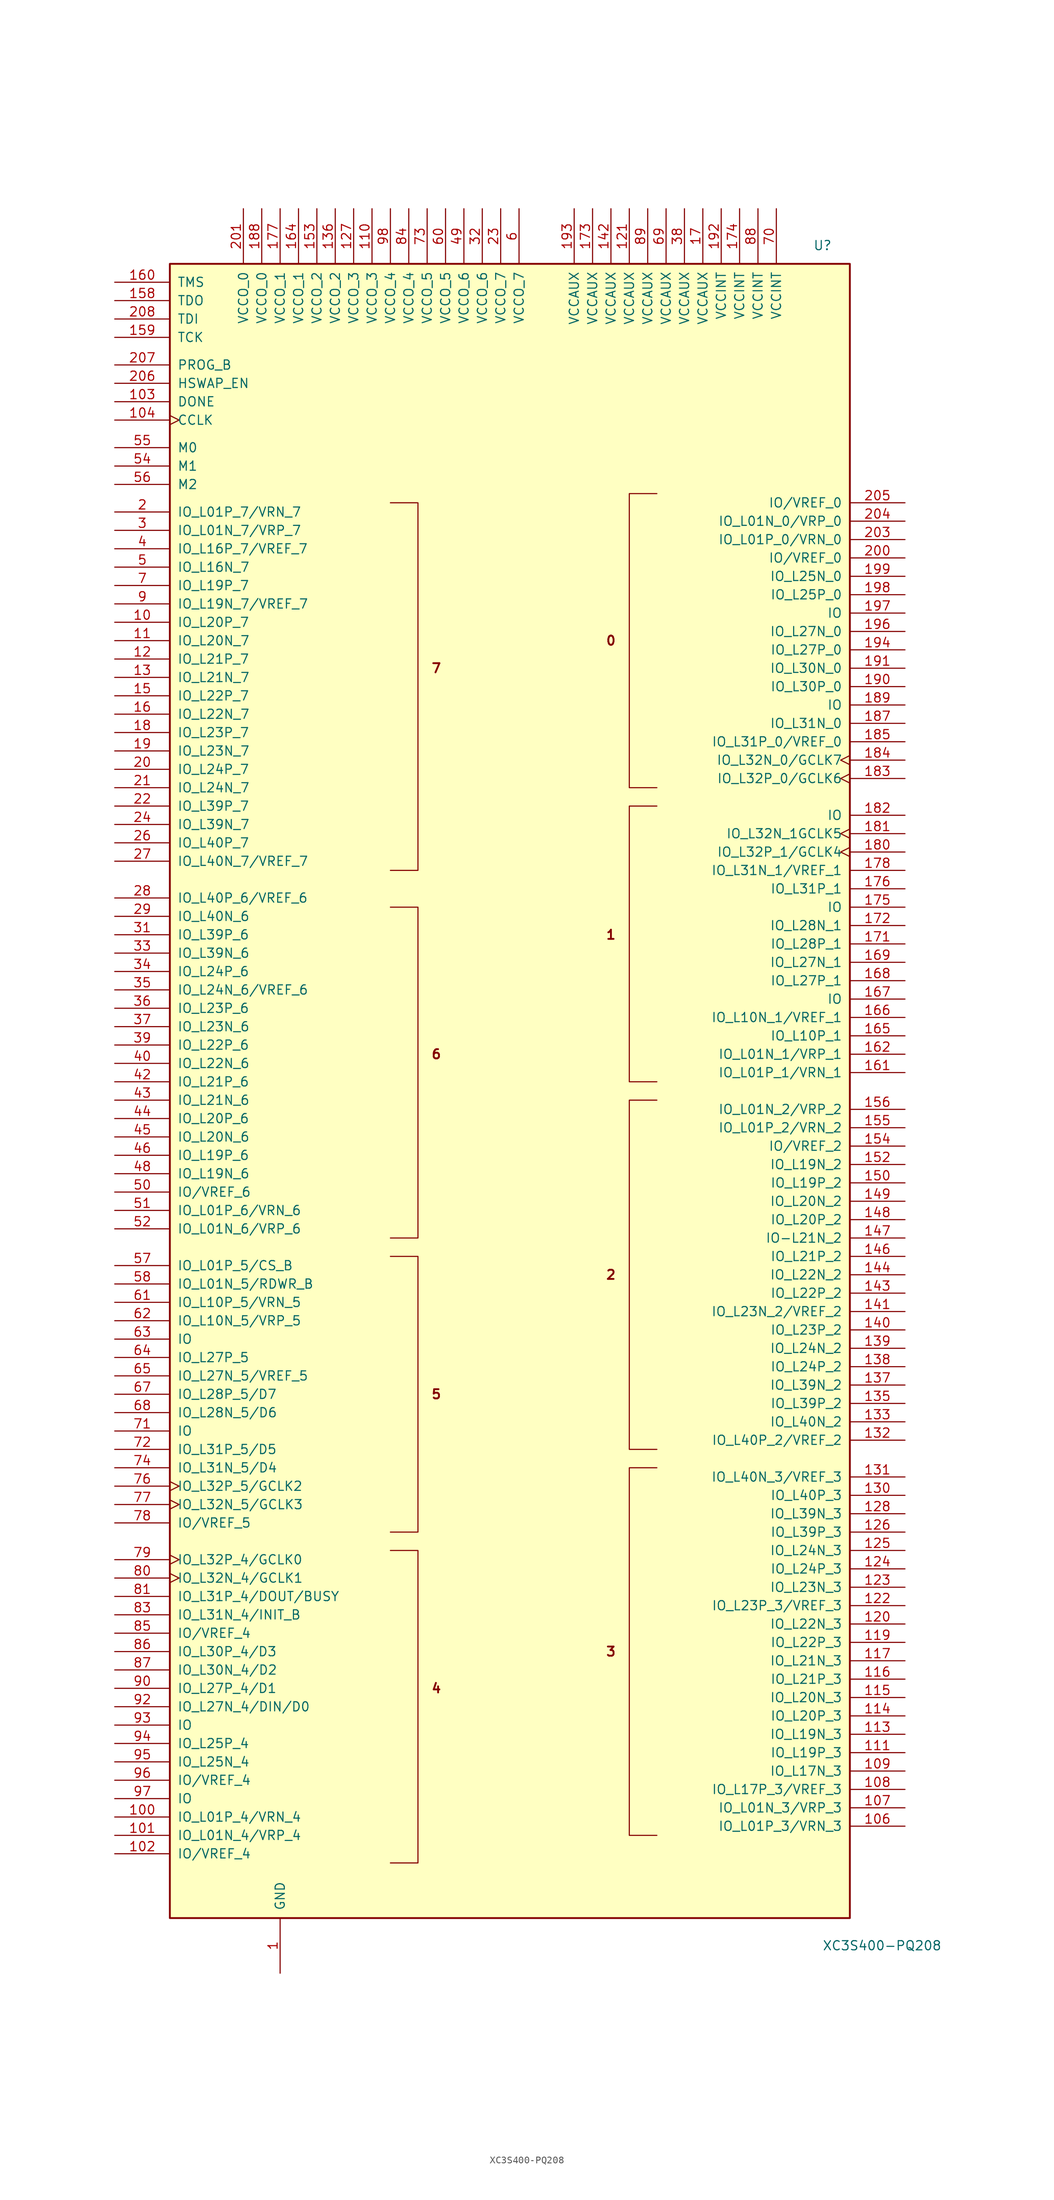
<source format=kicad_sym>
(kicad_symbol_lib
  (version 20220914)
  (generator kicad_symbol_editor)
  (symbol "XC3S400-PQ208"
    (pin_names
      (offset 1.016))
    (property "Reference" "U"
      (at 41.91 116.84 0)
      (effects (font (size 1.27 1.27)) (justify left)))
    (property "Value" "XC3S400-PQ208"
      (at 43.18 -118.11 0)
      (effects (font (size 1.27 1.27)) (justify left)))
    (symbol "XC3S400-PQ208_0_0"
      (text "0" (at 13.97 62.23 0) (effects (font (size 1.27 1.27) bold)))
      (text "1" (at 13.97 21.59 0) (effects (font (size 1.27 1.27) bold)))
      (text "2" (at 13.97 -25.4 0) (effects (font (size 1.27 1.27) bold)))
      (text "3" (at 13.97 -77.47 0) (effects (font (size 1.27 1.27) bold)))
      (text "4" (at -10.16 -82.55 0) (effects (font (size 1.27 1.27) bold)))
      (text "5" (at -10.16 -41.91 0) (effects (font (size 1.27 1.27) bold)))
      (text "6" (at -10.16 5.08 0) (effects (font (size 1.27 1.27) bold)))
      (text "7" (at -10.16 58.42 0) (effects (font (size 1.27 1.27) bold))))
    (symbol "XC3S400-PQ208_0_1"
      (rectangle (start -46.99 114.3) (end 46.99 -114.3) (stroke (width 0.254) (type default)) (fill (type background)))
      (polyline (pts (xy -16.51 -63.5) (xy -12.7 -63.5) (xy -12.7 -106.68) (xy -16.51 -106.68) (xy -15.24 -106.68)) (stroke (width 0) (type default)) (fill (type none)))
      (polyline (pts (xy -16.51 -60.96) (xy -12.7 -60.96) (xy -12.7 -22.86) (xy -16.51 -22.86) (xy -16.51 -22.86)) (stroke (width 0) (type default)) (fill (type none)))
      (polyline (pts (xy -16.51 -20.32) (xy -12.7 -20.32) (xy -12.7 25.4) (xy -16.51 25.4) (xy -16.51 25.4)) (stroke (width 0) (type default)) (fill (type none)))
      (polyline (pts (xy -16.51 30.48) (xy -12.7 30.48) (xy -12.7 81.28) (xy -16.51 81.28) (xy -16.51 81.28)) (stroke (width 0) (type default)) (fill (type none)))
      (polyline (pts (xy 20.32 -52.07) (xy 16.51 -52.07) (xy 16.51 -102.87) (xy 20.32 -102.87) (xy 20.32 -102.87)) (stroke (width 0) (type default)) (fill (type none)))
      (polyline (pts (xy 20.32 -1.27) (xy 16.51 -1.27) (xy 16.51 -49.53) (xy 20.32 -49.53) (xy 20.32 -49.53)) (stroke (width 0) (type default)) (fill (type none)))
      (polyline (pts (xy 20.32 39.37) (xy 16.51 39.37) (xy 16.51 1.27) (xy 20.32 1.27) (xy 20.32 1.27)) (stroke (width 0) (type default)) (fill (type none)))
      (polyline (pts (xy 20.32 82.55) (xy 16.51 82.55) (xy 16.51 41.91) (xy 20.32 41.91) (xy 20.32 41.91)) (stroke (width 0) (type default)) (fill (type none))))
    (symbol "XC3S400-PQ208_1_1"
      (pin power_in line (at -31.75 -121.92 90) (length 7.62) (name "GND" (effects (font (size 1.27 1.27)))) (number "1" (effects (font (size 1.27 1.27)))))
      (pin bidirectional line (at -54.61 64.77 0) (length 7.62) (name "IO_L20P_7" (effects (font (size 1.27 1.27)))) (number "10" (effects (font (size 1.27 1.27)))))
      (pin bidirectional line (at -54.61 -100.33 0) (length 7.62) (name "IO_L01P_4/VRN_4" (effects (font (size 1.27 1.27)))) (number "100" (effects (font (size 1.27 1.27)))))
      (pin bidirectional line (at -54.61 -102.87 0) (length 7.62) (name "IO_L01N_4/VRP_4" (effects (font (size 1.27 1.27)))) (number "101" (effects (font (size 1.27 1.27)))))
      (pin bidirectional line (at -54.61 -105.41 0) (length 7.62) (name "IO/VREF_4" (effects (font (size 1.27 1.27)))) (number "102" (effects (font (size 1.27 1.27)))))
      (pin bidirectional line (at -54.61 95.25 0) (length 7.62) (name "DONE" (effects (font (size 1.27 1.27)))) (number "103" (effects (font (size 1.27 1.27)))))
      (pin bidirectional clock (at -54.61 92.71 0) (length 7.62) (name "CCLK" (effects (font (size 1.27 1.27)))) (number "104" (effects (font (size 1.27 1.27)))))
      (pin passive line (at -31.75 -121.92 90) (length 7.62) hide (name "GND" (effects (font (size 1.27 1.27)))) (number "105" (effects (font (size 1.27 1.27)))))
      (pin bidirectional line (at 54.61 -101.6 180) (length 7.62) (name "IO_L01P_3/VRN_3" (effects (font (size 1.27 1.27)))) (number "106" (effects (font (size 1.27 1.27)))))
      (pin bidirectional line (at 54.61 -99.06 180) (length 7.62) (name "IO_L01N_3/VRP_3" (effects (font (size 1.27 1.27)))) (number "107" (effects (font (size 1.27 1.27)))))
      (pin bidirectional line (at 54.61 -96.52 180) (length 7.62) (name "IO_L17P_3/VREF_3" (effects (font (size 1.27 1.27)))) (number "108" (effects (font (size 1.27 1.27)))))
      (pin bidirectional line (at 54.61 -93.98 180) (length 7.62) (name "IO_L17N_3" (effects (font (size 1.27 1.27)))) (number "109" (effects (font (size 1.27 1.27)))))
      (pin bidirectional line (at -54.61 62.23 0) (length 7.62) (name "IO_L20N_7" (effects (font (size 1.27 1.27)))) (number "11" (effects (font (size 1.27 1.27)))))
      (pin power_in line (at -19.05 121.92 270) (length 7.62) (name "VCCO_3" (effects (font (size 1.27 1.27)))) (number "110" (effects (font (size 1.27 1.27)))))
      (pin bidirectional line (at 54.61 -91.44 180) (length 7.62) (name "IO_L19P_3" (effects (font (size 1.27 1.27)))) (number "111" (effects (font (size 1.27 1.27)))))
      (pin passive line (at -31.75 -121.92 90) (length 7.62) hide (name "GND" (effects (font (size 1.27 1.27)))) (number "112" (effects (font (size 1.27 1.27)))))
      (pin bidirectional line (at 54.61 -88.9 180) (length 7.62) (name "IO_L19N_3" (effects (font (size 1.27 1.27)))) (number "113" (effects (font (size 1.27 1.27)))))
      (pin bidirectional line (at 54.61 -86.36 180) (length 7.62) (name "IO_L20P_3" (effects (font (size 1.27 1.27)))) (number "114" (effects (font (size 1.27 1.27)))))
      (pin bidirectional line (at 54.61 -83.82 180) (length 7.62) (name "IO_L20N_3" (effects (font (size 1.27 1.27)))) (number "115" (effects (font (size 1.27 1.27)))))
      (pin bidirectional line (at 54.61 -81.28 180) (length 7.62) (name "IO_L21P_3" (effects (font (size 1.27 1.27)))) (number "116" (effects (font (size 1.27 1.27)))))
      (pin bidirectional line (at 54.61 -78.74 180) (length 7.62) (name "IO_L21N_3" (effects (font (size 1.27 1.27)))) (number "117" (effects (font (size 1.27 1.27)))))
      (pin passive line (at -31.75 -121.92 90) (length 7.62) hide (name "GND" (effects (font (size 1.27 1.27)))) (number "118" (effects (font (size 1.27 1.27)))))
      (pin bidirectional line (at 54.61 -76.2 180) (length 7.62) (name "IO_L22P_3" (effects (font (size 1.27 1.27)))) (number "119" (effects (font (size 1.27 1.27)))))
      (pin bidirectional line (at -54.61 59.69 0) (length 7.62) (name "IO_L21P_7" (effects (font (size 1.27 1.27)))) (number "12" (effects (font (size 1.27 1.27)))))
      (pin bidirectional line (at 54.61 -73.66 180) (length 7.62) (name "IO_L22N_3" (effects (font (size 1.27 1.27)))) (number "120" (effects (font (size 1.27 1.27)))))
      (pin power_in line (at 16.51 121.92 270) (length 7.62) (name "VCCAUX" (effects (font (size 1.27 1.27)))) (number "121" (effects (font (size 1.27 1.27)))))
      (pin bidirectional line (at 54.61 -71.12 180) (length 7.62) (name "IO_L23P_3/VREF_3" (effects (font (size 1.27 1.27)))) (number "122" (effects (font (size 1.27 1.27)))))
      (pin bidirectional line (at 54.61 -68.58 180) (length 7.62) (name "IO_L23N_3" (effects (font (size 1.27 1.27)))) (number "123" (effects (font (size 1.27 1.27)))))
      (pin bidirectional line (at 54.61 -66.04 180) (length 7.62) (name "IO_L24P_3" (effects (font (size 1.27 1.27)))) (number "124" (effects (font (size 1.27 1.27)))))
      (pin bidirectional line (at 54.61 -63.5 180) (length 7.62) (name "IO_L24N_3" (effects (font (size 1.27 1.27)))) (number "125" (effects (font (size 1.27 1.27)))))
      (pin bidirectional line (at 54.61 -60.96 180) (length 7.62) (name "IO_L39P_3" (effects (font (size 1.27 1.27)))) (number "126" (effects (font (size 1.27 1.27)))))
      (pin power_in line (at -21.59 121.92 270) (length 7.62) (name "VCCO_3" (effects (font (size 1.27 1.27)))) (number "127" (effects (font (size 1.27 1.27)))))
      (pin bidirectional line (at 54.61 -58.42 180) (length 7.62) (name "IO_L39N_3" (effects (font (size 1.27 1.27)))) (number "128" (effects (font (size 1.27 1.27)))))
      (pin passive line (at -31.75 -121.92 90) (length 7.62) hide (name "GND" (effects (font (size 1.27 1.27)))) (number "129" (effects (font (size 1.27 1.27)))))
      (pin bidirectional line (at -54.61 57.15 0) (length 7.62) (name "IO_L21N_7" (effects (font (size 1.27 1.27)))) (number "13" (effects (font (size 1.27 1.27)))))
      (pin bidirectional line (at 54.61 -55.88 180) (length 7.62) (name "IO_L40P_3" (effects (font (size 1.27 1.27)))) (number "130" (effects (font (size 1.27 1.27)))))
      (pin bidirectional line (at 54.61 -53.34 180) (length 7.62) (name "IO_L40N_3/VREF_3" (effects (font (size 1.27 1.27)))) (number "131" (effects (font (size 1.27 1.27)))))
      (pin bidirectional line (at 54.61 -48.26 180) (length 7.62) (name "IO_L40P_2/VREF_2" (effects (font (size 1.27 1.27)))) (number "132" (effects (font (size 1.27 1.27)))))
      (pin bidirectional line (at 54.61 -45.72 180) (length 7.62) (name "IO_L40N_2" (effects (font (size 1.27 1.27)))) (number "133" (effects (font (size 1.27 1.27)))))
      (pin passive line (at -31.75 -121.92 90) (length 7.62) hide (name "GND" (effects (font (size 1.27 1.27)))) (number "134" (effects (font (size 1.27 1.27)))))
      (pin bidirectional line (at 54.61 -43.18 180) (length 7.62) (name "IO_L39P_2" (effects (font (size 1.27 1.27)))) (number "135" (effects (font (size 1.27 1.27)))))
      (pin power_in line (at -24.13 121.92 270) (length 7.62) (name "VCCO_2" (effects (font (size 1.27 1.27)))) (number "136" (effects (font (size 1.27 1.27)))))
      (pin bidirectional line (at 54.61 -40.64 180) (length 7.62) (name "IO_L39N_2" (effects (font (size 1.27 1.27)))) (number "137" (effects (font (size 1.27 1.27)))))
      (pin bidirectional line (at 54.61 -38.1 180) (length 7.62) (name "IO_L24P_2" (effects (font (size 1.27 1.27)))) (number "138" (effects (font (size 1.27 1.27)))))
      (pin bidirectional line (at 54.61 -35.56 180) (length 7.62) (name "IO_L24N_2" (effects (font (size 1.27 1.27)))) (number "139" (effects (font (size 1.27 1.27)))))
      (pin passive line (at -31.75 -121.92 90) (length 7.62) hide (name "GND" (effects (font (size 1.27 1.27)))) (number "14" (effects (font (size 1.27 1.27)))))
      (pin bidirectional line (at 54.61 -33.02 180) (length 7.62) (name "IO_L23P_2" (effects (font (size 1.27 1.27)))) (number "140" (effects (font (size 1.27 1.27)))))
      (pin bidirectional line (at 54.61 -30.48 180) (length 7.62) (name "IO_L23N_2/VREF_2" (effects (font (size 1.27 1.27)))) (number "141" (effects (font (size 1.27 1.27)))))
      (pin power_in line (at 13.97 121.92 270) (length 7.62) (name "VCCAUX" (effects (font (size 1.27 1.27)))) (number "142" (effects (font (size 1.27 1.27)))))
      (pin bidirectional line (at 54.61 -27.94 180) (length 7.62) (name "IO_L22P_2" (effects (font (size 1.27 1.27)))) (number "143" (effects (font (size 1.27 1.27)))))
      (pin bidirectional line (at 54.61 -25.4 180) (length 7.62) (name "IO_L22N_2" (effects (font (size 1.27 1.27)))) (number "144" (effects (font (size 1.27 1.27)))))
      (pin passive line (at -31.75 -121.92 90) (length 7.62) hide (name "GND" (effects (font (size 1.27 1.27)))) (number "145" (effects (font (size 1.27 1.27)))))
      (pin bidirectional line (at 54.61 -22.86 180) (length 7.62) (name "IO_L21P_2" (effects (font (size 1.27 1.27)))) (number "146" (effects (font (size 1.27 1.27)))))
      (pin bidirectional line (at 54.61 -20.32 180) (length 7.62) (name "IO-L21N_2" (effects (font (size 1.27 1.27)))) (number "147" (effects (font (size 1.27 1.27)))))
      (pin bidirectional line (at 54.61 -17.78 180) (length 7.62) (name "IO_L20P_2" (effects (font (size 1.27 1.27)))) (number "148" (effects (font (size 1.27 1.27)))))
      (pin bidirectional line (at 54.61 -15.24 180) (length 7.62) (name "IO_L20N_2" (effects (font (size 1.27 1.27)))) (number "149" (effects (font (size 1.27 1.27)))))
      (pin bidirectional line (at -54.61 54.61 0) (length 7.62) (name "IO_L22P_7" (effects (font (size 1.27 1.27)))) (number "15" (effects (font (size 1.27 1.27)))))
      (pin bidirectional line (at 54.61 -12.7 180) (length 7.62) (name "IO_L19P_2" (effects (font (size 1.27 1.27)))) (number "150" (effects (font (size 1.27 1.27)))))
      (pin passive line (at -31.75 -121.92 90) (length 7.62) hide (name "GND" (effects (font (size 1.27 1.27)))) (number "151" (effects (font (size 1.27 1.27)))))
      (pin bidirectional line (at 54.61 -10.16 180) (length 7.62) (name "IO_L19N_2" (effects (font (size 1.27 1.27)))) (number "152" (effects (font (size 1.27 1.27)))))
      (pin power_in line (at -26.67 121.92 270) (length 7.62) (name "VCCO_2" (effects (font (size 1.27 1.27)))) (number "153" (effects (font (size 1.27 1.27)))))
      (pin bidirectional line (at 54.61 -7.62 180) (length 7.62) (name "IO/VREF_2" (effects (font (size 1.27 1.27)))) (number "154" (effects (font (size 1.27 1.27)))))
      (pin bidirectional line (at 54.61 -5.08 180) (length 7.62) (name "IO_L01P_2/VRN_2" (effects (font (size 1.27 1.27)))) (number "155" (effects (font (size 1.27 1.27)))))
      (pin bidirectional line (at 54.61 -2.54 180) (length 7.62) (name "IO_L01N_2/VRP_2" (effects (font (size 1.27 1.27)))) (number "156" (effects (font (size 1.27 1.27)))))
      (pin passive line (at -31.75 -121.92 90) (length 7.62) hide (name "GND" (effects (font (size 1.27 1.27)))) (number "157" (effects (font (size 1.27 1.27)))))
      (pin bidirectional line (at -54.61 109.22 0) (length 7.62) (name "TDO" (effects (font (size 1.27 1.27)))) (number "158" (effects (font (size 1.27 1.27)))))
      (pin bidirectional line (at -54.61 104.14 0) (length 7.62) (name "TCK" (effects (font (size 1.27 1.27)))) (number "159" (effects (font (size 1.27 1.27)))))
      (pin bidirectional line (at -54.61 52.07 0) (length 7.62) (name "IO_L22N_7" (effects (font (size 1.27 1.27)))) (number "16" (effects (font (size 1.27 1.27)))))
      (pin bidirectional line (at -54.61 111.76 0) (length 7.62) (name "TMS" (effects (font (size 1.27 1.27)))) (number "160" (effects (font (size 1.27 1.27)))))
      (pin bidirectional line (at 54.61 2.54 180) (length 7.62) (name "IO_L01P_1/VRN_1" (effects (font (size 1.27 1.27)))) (number "161" (effects (font (size 1.27 1.27)))))
      (pin bidirectional line (at 54.61 5.08 180) (length 7.62) (name "IO_L01N_1/VRP_1" (effects (font (size 1.27 1.27)))) (number "162" (effects (font (size 1.27 1.27)))))
      (pin passive line (at -31.75 -121.92 90) (length 7.62) hide (name "GND" (effects (font (size 1.27 1.27)))) (number "163" (effects (font (size 1.27 1.27)))))
      (pin power_in line (at -29.21 121.92 270) (length 7.62) (name "VCCO_1" (effects (font (size 1.27 1.27)))) (number "164" (effects (font (size 1.27 1.27)))))
      (pin bidirectional line (at 54.61 7.62 180) (length 7.62) (name "IO_L10P_1" (effects (font (size 1.27 1.27)))) (number "165" (effects (font (size 1.27 1.27)))))
      (pin bidirectional line (at 54.61 10.16 180) (length 7.62) (name "IO_L10N_1/VREF_1" (effects (font (size 1.27 1.27)))) (number "166" (effects (font (size 1.27 1.27)))))
      (pin bidirectional line (at 54.61 12.7 180) (length 7.62) (name "IO" (effects (font (size 1.27 1.27)))) (number "167" (effects (font (size 1.27 1.27)))))
      (pin bidirectional line (at 54.61 15.24 180) (length 7.62) (name "IO_L27P_1" (effects (font (size 1.27 1.27)))) (number "168" (effects (font (size 1.27 1.27)))))
      (pin bidirectional line (at 54.61 17.78 180) (length 7.62) (name "IO_L27N_1" (effects (font (size 1.27 1.27)))) (number "169" (effects (font (size 1.27 1.27)))))
      (pin power_in line (at 26.67 121.92 270) (length 7.62) (name "VCCAUX" (effects (font (size 1.27 1.27)))) (number "17" (effects (font (size 1.27 1.27)))))
      (pin passive line (at -31.75 -121.92 90) (length 7.62) hide (name "GND" (effects (font (size 1.27 1.27)))) (number "170" (effects (font (size 1.27 1.27)))))
      (pin bidirectional line (at 54.61 20.32 180) (length 7.62) (name "IO_L28P_1" (effects (font (size 1.27 1.27)))) (number "171" (effects (font (size 1.27 1.27)))))
      (pin bidirectional line (at 54.61 22.86 180) (length 7.62) (name "IO_L28N_1" (effects (font (size 1.27 1.27)))) (number "172" (effects (font (size 1.27 1.27)))))
      (pin power_in line (at 11.43 121.92 270) (length 7.62) (name "VCCAUX" (effects (font (size 1.27 1.27)))) (number "173" (effects (font (size 1.27 1.27)))))
      (pin power_in line (at 31.75 121.92 270) (length 7.62) (name "VCCINT" (effects (font (size 1.27 1.27)))) (number "174" (effects (font (size 1.27 1.27)))))
      (pin bidirectional line (at 54.61 25.4 180) (length 7.62) (name "IO" (effects (font (size 1.27 1.27)))) (number "175" (effects (font (size 1.27 1.27)))))
      (pin bidirectional line (at 54.61 27.94 180) (length 7.62) (name "IO_L31P_1" (effects (font (size 1.27 1.27)))) (number "176" (effects (font (size 1.27 1.27)))))
      (pin power_in line (at -31.75 121.92 270) (length 7.62) (name "VCCO_1" (effects (font (size 1.27 1.27)))) (number "177" (effects (font (size 1.27 1.27)))))
      (pin bidirectional line (at 54.61 30.48 180) (length 7.62) (name "IO_L31N_1/VREF_1" (effects (font (size 1.27 1.27)))) (number "178" (effects (font (size 1.27 1.27)))))
      (pin passive line (at -31.75 -121.92 90) (length 7.62) hide (name "GND" (effects (font (size 1.27 1.27)))) (number "179" (effects (font (size 1.27 1.27)))))
      (pin bidirectional line (at -54.61 49.53 0) (length 7.62) (name "IO_L23P_7" (effects (font (size 1.27 1.27)))) (number "18" (effects (font (size 1.27 1.27)))))
      (pin bidirectional clock (at 54.61 33.02 180) (length 7.62) (name "IO_L32P_1/GCLK4" (effects (font (size 1.27 1.27)))) (number "180" (effects (font (size 1.27 1.27)))))
      (pin bidirectional clock (at 54.61 35.56 180) (length 7.62) (name "IO_L32N_1GCLK5" (effects (font (size 1.27 1.27)))) (number "181" (effects (font (size 1.27 1.27)))))
      (pin bidirectional line (at 54.61 38.1 180) (length 7.62) (name "IO" (effects (font (size 1.27 1.27)))) (number "182" (effects (font (size 1.27 1.27)))))
      (pin bidirectional clock (at 54.61 43.18 180) (length 7.62) (name "IO_L32P_0/GCLK6" (effects (font (size 1.27 1.27)))) (number "183" (effects (font (size 1.27 1.27)))))
      (pin bidirectional clock (at 54.61 45.72 180) (length 7.62) (name "IO_L32N_0/GCLK7" (effects (font (size 1.27 1.27)))) (number "184" (effects (font (size 1.27 1.27)))))
      (pin bidirectional line (at 54.61 48.26 180) (length 7.62) (name "IO_L31P_0/VREF_0" (effects (font (size 1.27 1.27)))) (number "185" (effects (font (size 1.27 1.27)))))
      (pin passive line (at -31.75 -121.92 90) (length 7.62) hide (name "GND" (effects (font (size 1.27 1.27)))) (number "186" (effects (font (size 1.27 1.27)))))
      (pin bidirectional line (at 54.61 50.8 180) (length 7.62) (name "IO_L31N_0" (effects (font (size 1.27 1.27)))) (number "187" (effects (font (size 1.27 1.27)))))
      (pin power_in line (at -34.29 121.92 270) (length 7.62) (name "VCCO_0" (effects (font (size 1.27 1.27)))) (number "188" (effects (font (size 1.27 1.27)))))
      (pin bidirectional line (at 54.61 53.34 180) (length 7.62) (name "IO" (effects (font (size 1.27 1.27)))) (number "189" (effects (font (size 1.27 1.27)))))
      (pin bidirectional line (at -54.61 46.99 0) (length 7.62) (name "IO_L23N_7" (effects (font (size 1.27 1.27)))) (number "19" (effects (font (size 1.27 1.27)))))
      (pin bidirectional line (at 54.61 55.88 180) (length 7.62) (name "IO_L30P_0" (effects (font (size 1.27 1.27)))) (number "190" (effects (font (size 1.27 1.27)))))
      (pin bidirectional line (at 54.61 58.42 180) (length 7.62) (name "IO_L30N_0" (effects (font (size 1.27 1.27)))) (number "191" (effects (font (size 1.27 1.27)))))
      (pin power_in line (at 29.21 121.92 270) (length 7.62) (name "VCCINT" (effects (font (size 1.27 1.27)))) (number "192" (effects (font (size 1.27 1.27)))))
      (pin power_in line (at 8.89 121.92 270) (length 7.62) (name "VCCAUX" (effects (font (size 1.27 1.27)))) (number "193" (effects (font (size 1.27 1.27)))))
      (pin bidirectional line (at 54.61 60.96 180) (length 7.62) (name "IO_L27P_0" (effects (font (size 1.27 1.27)))) (number "194" (effects (font (size 1.27 1.27)))))
      (pin passive line (at -31.75 -121.92 90) (length 7.62) hide (name "GND" (effects (font (size 1.27 1.27)))) (number "195" (effects (font (size 1.27 1.27)))))
      (pin bidirectional line (at 54.61 63.5 180) (length 7.62) (name "IO_L27N_0" (effects (font (size 1.27 1.27)))) (number "196" (effects (font (size 1.27 1.27)))))
      (pin bidirectional line (at 54.61 66.04 180) (length 7.62) (name "IO" (effects (font (size 1.27 1.27)))) (number "197" (effects (font (size 1.27 1.27)))))
      (pin bidirectional line (at 54.61 68.58 180) (length 7.62) (name "IO_L25P_0" (effects (font (size 1.27 1.27)))) (number "198" (effects (font (size 1.27 1.27)))))
      (pin bidirectional line (at 54.61 71.12 180) (length 7.62) (name "IO_L25N_0" (effects (font (size 1.27 1.27)))) (number "199" (effects (font (size 1.27 1.27)))))
      (pin bidirectional line (at -54.61 80.01 0) (length 7.62) (name "IO_L01P_7/VRN_7" (effects (font (size 1.27 1.27)))) (number "2" (effects (font (size 1.27 1.27)))))
      (pin bidirectional line (at -54.61 44.45 0) (length 7.62) (name "IO_L24P_7" (effects (font (size 1.27 1.27)))) (number "20" (effects (font (size 1.27 1.27)))))
      (pin bidirectional line (at 54.61 73.66 180) (length 7.62) (name "IO/VREF_0" (effects (font (size 1.27 1.27)))) (number "200" (effects (font (size 1.27 1.27)))))
      (pin power_in line (at -36.83 121.92 270) (length 7.62) (name "VCCO_0" (effects (font (size 1.27 1.27)))) (number "201" (effects (font (size 1.27 1.27)))))
      (pin passive line (at -31.75 -121.92 90) (length 7.62) hide (name "GND" (effects (font (size 1.27 1.27)))) (number "202" (effects (font (size 1.27 1.27)))))
      (pin bidirectional line (at 54.61 76.2 180) (length 7.62) (name "IO_L01P_0/VRN_0" (effects (font (size 1.27 1.27)))) (number "203" (effects (font (size 1.27 1.27)))))
      (pin bidirectional line (at 54.61 78.74 180) (length 7.62) (name "IO_L01N_0/VRP_0" (effects (font (size 1.27 1.27)))) (number "204" (effects (font (size 1.27 1.27)))))
      (pin bidirectional line (at 54.61 81.28 180) (length 7.62) (name "IO/VREF_0" (effects (font (size 1.27 1.27)))) (number "205" (effects (font (size 1.27 1.27)))))
      (pin input line (at -54.61 97.79 0) (length 7.62) (name "HSWAP_EN" (effects (font (size 1.27 1.27)))) (number "206" (effects (font (size 1.27 1.27)))))
      (pin input line (at -54.61 100.33 0) (length 7.62) (name "PROG_B" (effects (font (size 1.27 1.27)))) (number "207" (effects (font (size 1.27 1.27)))))
      (pin bidirectional line (at -54.61 106.68 0) (length 7.62) (name "TDI" (effects (font (size 1.27 1.27)))) (number "208" (effects (font (size 1.27 1.27)))))
      (pin bidirectional line (at -54.61 41.91 0) (length 7.62) (name "IO_L24N_7" (effects (font (size 1.27 1.27)))) (number "21" (effects (font (size 1.27 1.27)))))
      (pin bidirectional line (at -54.61 39.37 0) (length 7.62) (name "IO_L39P_7" (effects (font (size 1.27 1.27)))) (number "22" (effects (font (size 1.27 1.27)))))
      (pin power_in line (at -1.27 121.92 270) (length 7.62) (name "VCCO_7" (effects (font (size 1.27 1.27)))) (number "23" (effects (font (size 1.27 1.27)))))
      (pin bidirectional line (at -54.61 36.83 0) (length 7.62) (name "IO_L39N_7" (effects (font (size 1.27 1.27)))) (number "24" (effects (font (size 1.27 1.27)))))
      (pin passive line (at -31.75 -121.92 90) (length 7.62) hide (name "GND" (effects (font (size 1.27 1.27)))) (number "25" (effects (font (size 1.27 1.27)))))
      (pin bidirectional line (at -54.61 34.29 0) (length 7.62) (name "IO_L40P_7" (effects (font (size 1.27 1.27)))) (number "26" (effects (font (size 1.27 1.27)))))
      (pin bidirectional line (at -54.61 31.75 0) (length 7.62) (name "IO_L40N_7/VREF_7" (effects (font (size 1.27 1.27)))) (number "27" (effects (font (size 1.27 1.27)))))
      (pin bidirectional line (at -54.61 26.67 0) (length 7.62) (name "IO_L40P_6/VREF_6" (effects (font (size 1.27 1.27)))) (number "28" (effects (font (size 1.27 1.27)))))
      (pin bidirectional line (at -54.61 24.13 0) (length 7.62) (name "IO_L40N_6" (effects (font (size 1.27 1.27)))) (number "29" (effects (font (size 1.27 1.27)))))
      (pin bidirectional line (at -54.61 77.47 0) (length 7.62) (name "IO_L01N_7/VRP_7" (effects (font (size 1.27 1.27)))) (number "3" (effects (font (size 1.27 1.27)))))
      (pin passive line (at -31.75 -121.92 90) (length 7.62) hide (name "GND" (effects (font (size 1.27 1.27)))) (number "30" (effects (font (size 1.27 1.27)))))
      (pin bidirectional line (at -54.61 21.59 0) (length 7.62) (name "IO_L39P_6" (effects (font (size 1.27 1.27)))) (number "31" (effects (font (size 1.27 1.27)))))
      (pin power_in line (at -3.81 121.92 270) (length 7.62) (name "VCCO_6" (effects (font (size 1.27 1.27)))) (number "32" (effects (font (size 1.27 1.27)))))
      (pin bidirectional line (at -54.61 19.05 0) (length 7.62) (name "IO_L39N_6" (effects (font (size 1.27 1.27)))) (number "33" (effects (font (size 1.27 1.27)))))
      (pin bidirectional line (at -54.61 16.51 0) (length 7.62) (name "IO_L24P_6" (effects (font (size 1.27 1.27)))) (number "34" (effects (font (size 1.27 1.27)))))
      (pin bidirectional line (at -54.61 13.97 0) (length 7.62) (name "IO_L24N_6/VREF_6" (effects (font (size 1.27 1.27)))) (number "35" (effects (font (size 1.27 1.27)))))
      (pin bidirectional line (at -54.61 11.43 0) (length 7.62) (name "IO_L23P_6" (effects (font (size 1.27 1.27)))) (number "36" (effects (font (size 1.27 1.27)))))
      (pin bidirectional line (at -54.61 8.89 0) (length 7.62) (name "IO_L23N_6" (effects (font (size 1.27 1.27)))) (number "37" (effects (font (size 1.27 1.27)))))
      (pin power_in line (at 24.13 121.92 270) (length 7.62) (name "VCCAUX" (effects (font (size 1.27 1.27)))) (number "38" (effects (font (size 1.27 1.27)))))
      (pin bidirectional line (at -54.61 6.35 0) (length 7.62) (name "IO_L22P_6" (effects (font (size 1.27 1.27)))) (number "39" (effects (font (size 1.27 1.27)))))
      (pin bidirectional line (at -54.61 74.93 0) (length 7.62) (name "IO_L16P_7/VREF_7" (effects (font (size 1.27 1.27)))) (number "4" (effects (font (size 1.27 1.27)))))
      (pin bidirectional line (at -54.61 3.81 0) (length 7.62) (name "IO_L22N_6" (effects (font (size 1.27 1.27)))) (number "40" (effects (font (size 1.27 1.27)))))
      (pin passive line (at -31.75 -121.92 90) (length 7.62) hide (name "GND" (effects (font (size 1.27 1.27)))) (number "41" (effects (font (size 1.27 1.27)))))
      (pin bidirectional line (at -54.61 1.27 0) (length 7.62) (name "IO_L21P_6" (effects (font (size 1.27 1.27)))) (number "42" (effects (font (size 1.27 1.27)))))
      (pin bidirectional line (at -54.61 -1.27 0) (length 7.62) (name "IO_L21N_6" (effects (font (size 1.27 1.27)))) (number "43" (effects (font (size 1.27 1.27)))))
      (pin bidirectional line (at -54.61 -3.81 0) (length 7.62) (name "IO_L20P_6" (effects (font (size 1.27 1.27)))) (number "44" (effects (font (size 1.27 1.27)))))
      (pin bidirectional line (at -54.61 -6.35 0) (length 7.62) (name "IO_L20N_6" (effects (font (size 1.27 1.27)))) (number "45" (effects (font (size 1.27 1.27)))))
      (pin bidirectional line (at -54.61 -8.89 0) (length 7.62) (name "IO_L19P_6" (effects (font (size 1.27 1.27)))) (number "46" (effects (font (size 1.27 1.27)))))
      (pin passive line (at -31.75 -121.92 90) (length 7.62) hide (name "GND" (effects (font (size 1.27 1.27)))) (number "47" (effects (font (size 1.27 1.27)))))
      (pin bidirectional line (at -54.61 -11.43 0) (length 7.62) (name "IO_L19N_6" (effects (font (size 1.27 1.27)))) (number "48" (effects (font (size 1.27 1.27)))))
      (pin passive line (at -6.35 121.92 270) (length 7.62) (name "VCCO_6" (effects (font (size 1.27 1.27)))) (number "49" (effects (font (size 1.27 1.27)))))
      (pin bidirectional line (at -54.61 72.39 0) (length 7.62) (name "IO_L16N_7" (effects (font (size 1.27 1.27)))) (number "5" (effects (font (size 1.27 1.27)))))
      (pin bidirectional line (at -54.61 -13.97 0) (length 7.62) (name "IO/VREF_6" (effects (font (size 1.27 1.27)))) (number "50" (effects (font (size 1.27 1.27)))))
      (pin bidirectional line (at -54.61 -16.51 0) (length 7.62) (name "IO_L01P_6/VRN_6" (effects (font (size 1.27 1.27)))) (number "51" (effects (font (size 1.27 1.27)))))
      (pin bidirectional line (at -54.61 -19.05 0) (length 7.62) (name "IO_L01N_6/VRP_6" (effects (font (size 1.27 1.27)))) (number "52" (effects (font (size 1.27 1.27)))))
      (pin passive line (at -31.75 -121.92 90) (length 7.62) hide (name "GND" (effects (font (size 1.27 1.27)))) (number "53" (effects (font (size 1.27 1.27)))))
      (pin input line (at -54.61 86.36 0) (length 7.62) (name "M1" (effects (font (size 1.27 1.27)))) (number "54" (effects (font (size 1.27 1.27)))))
      (pin input line (at -54.61 88.9 0) (length 7.62) (name "M0" (effects (font (size 1.27 1.27)))) (number "55" (effects (font (size 1.27 1.27)))))
      (pin input line (at -54.61 83.82 0) (length 7.62) (name "M2" (effects (font (size 1.27 1.27)))) (number "56" (effects (font (size 1.27 1.27)))))
      (pin bidirectional line (at -54.61 -24.13 0) (length 7.62) (name "IO_L01P_5/CS_B" (effects (font (size 1.27 1.27)))) (number "57" (effects (font (size 1.27 1.27)))))
      (pin bidirectional line (at -54.61 -26.67 0) (length 7.62) (name "IO_L01N_5/RDWR_B" (effects (font (size 1.27 1.27)))) (number "58" (effects (font (size 1.27 1.27)))))
      (pin passive line (at -31.75 -121.92 90) (length 7.62) hide (name "GND" (effects (font (size 1.27 1.27)))) (number "59" (effects (font (size 1.27 1.27)))))
      (pin power_in line (at 1.27 121.92 270) (length 7.62) (name "VCCO_7" (effects (font (size 1.27 1.27)))) (number "6" (effects (font (size 1.27 1.27)))))
      (pin power_in line (at -8.89 121.92 270) (length 7.62) (name "VCCO_5" (effects (font (size 1.27 1.27)))) (number "60" (effects (font (size 1.27 1.27)))))
      (pin bidirectional line (at -54.61 -29.21 0) (length 7.62) (name "IO_L10P_5/VRN_5" (effects (font (size 1.27 1.27)))) (number "61" (effects (font (size 1.27 1.27)))))
      (pin bidirectional line (at -54.61 -31.75 0) (length 7.62) (name "IO_L10N_5/VRP_5" (effects (font (size 1.27 1.27)))) (number "62" (effects (font (size 1.27 1.27)))))
      (pin bidirectional line (at -54.61 -34.29 0) (length 7.62) (name "IO" (effects (font (size 1.27 1.27)))) (number "63" (effects (font (size 1.27 1.27)))))
      (pin bidirectional line (at -54.61 -36.83 0) (length 7.62) (name "IO_L27P_5" (effects (font (size 1.27 1.27)))) (number "64" (effects (font (size 1.27 1.27)))))
      (pin bidirectional line (at -54.61 -39.37 0) (length 7.62) (name "IO_L27N_5/VREF_5" (effects (font (size 1.27 1.27)))) (number "65" (effects (font (size 1.27 1.27)))))
      (pin passive line (at -31.75 -121.92 90) (length 7.62) hide (name "GND" (effects (font (size 1.27 1.27)))) (number "66" (effects (font (size 1.27 1.27)))))
      (pin bidirectional line (at -54.61 -41.91 0) (length 7.62) (name "IO_L28P_5/D7" (effects (font (size 1.27 1.27)))) (number "67" (effects (font (size 1.27 1.27)))))
      (pin bidirectional line (at -54.61 -44.45 0) (length 7.62) (name "IO_L28N_5/D6" (effects (font (size 1.27 1.27)))) (number "68" (effects (font (size 1.27 1.27)))))
      (pin power_in line (at 21.59 121.92 270) (length 7.62) (name "VCCAUX" (effects (font (size 1.27 1.27)))) (number "69" (effects (font (size 1.27 1.27)))))
      (pin bidirectional line (at -54.61 69.85 0) (length 7.62) (name "IO_L19P_7" (effects (font (size 1.27 1.27)))) (number "7" (effects (font (size 1.27 1.27)))))
      (pin power_in line (at 36.83 121.92 270) (length 7.62) (name "VCCINT" (effects (font (size 1.27 1.27)))) (number "70" (effects (font (size 1.27 1.27)))))
      (pin bidirectional line (at -54.61 -46.99 0) (length 7.62) (name "IO" (effects (font (size 1.27 1.27)))) (number "71" (effects (font (size 1.27 1.27)))))
      (pin bidirectional line (at -54.61 -49.53 0) (length 7.62) (name "IO_L31P_5/D5" (effects (font (size 1.27 1.27)))) (number "72" (effects (font (size 1.27 1.27)))))
      (pin power_in line (at -11.43 121.92 270) (length 7.62) (name "VCCO_5" (effects (font (size 1.27 1.27)))) (number "73" (effects (font (size 1.27 1.27)))))
      (pin bidirectional line (at -54.61 -52.07 0) (length 7.62) (name "IO_L31N_5/D4" (effects (font (size 1.27 1.27)))) (number "74" (effects (font (size 1.27 1.27)))))
      (pin passive line (at -31.75 -121.92 90) (length 7.62) hide (name "GND" (effects (font (size 1.27 1.27)))) (number "75" (effects (font (size 1.27 1.27)))))
      (pin bidirectional clock (at -54.61 -54.61 0) (length 7.62) (name "IO_L32P_5/GCLK2" (effects (font (size 1.27 1.27)))) (number "76" (effects (font (size 1.27 1.27)))))
      (pin bidirectional clock (at -54.61 -57.15 0) (length 7.62) (name "IO_L32N_5/GCLK3" (effects (font (size 1.27 1.27)))) (number "77" (effects (font (size 1.27 1.27)))))
      (pin bidirectional line (at -54.61 -59.69 0) (length 7.62) (name "IO/VREF_5" (effects (font (size 1.27 1.27)))) (number "78" (effects (font (size 1.27 1.27)))))
      (pin bidirectional clock (at -54.61 -64.77 0) (length 7.62) (name "IO_L32P_4/GCLK0" (effects (font (size 1.27 1.27)))) (number "79" (effects (font (size 1.27 1.27)))))
      (pin passive line (at -31.75 -121.92 90) (length 7.62) hide (name "GND" (effects (font (size 1.27 1.27)))) (number "8" (effects (font (size 1.27 1.27)))))
      (pin bidirectional clock (at -54.61 -67.31 0) (length 7.62) (name "IO_L32N_4/GCLK1" (effects (font (size 1.27 1.27)))) (number "80" (effects (font (size 1.27 1.27)))))
      (pin bidirectional line (at -54.61 -69.85 0) (length 7.62) (name "IO_L31P_4/DOUT/BUSY" (effects (font (size 1.27 1.27)))) (number "81" (effects (font (size 1.27 1.27)))))
      (pin passive line (at -31.75 -121.92 90) (length 7.62) hide (name "GND" (effects (font (size 1.27 1.27)))) (number "82" (effects (font (size 1.27 1.27)))))
      (pin bidirectional line (at -54.61 -72.39 0) (length 7.62) (name "IO_L31N_4/INIT_B" (effects (font (size 1.27 1.27)))) (number "83" (effects (font (size 1.27 1.27)))))
      (pin power_in line (at -13.97 121.92 270) (length 7.62) (name "VCCO_4" (effects (font (size 1.27 1.27)))) (number "84" (effects (font (size 1.27 1.27)))))
      (pin bidirectional line (at -54.61 -74.93 0) (length 7.62) (name "IO/VREF_4" (effects (font (size 1.27 1.27)))) (number "85" (effects (font (size 1.27 1.27)))))
      (pin bidirectional line (at -54.61 -77.47 0) (length 7.62) (name "IO_L30P_4/D3" (effects (font (size 1.27 1.27)))) (number "86" (effects (font (size 1.27 1.27)))))
      (pin bidirectional line (at -54.61 -80.01 0) (length 7.62) (name "IO_L30N_4/D2" (effects (font (size 1.27 1.27)))) (number "87" (effects (font (size 1.27 1.27)))))
      (pin power_in line (at 34.29 121.92 270) (length 7.62) (name "VCCINT" (effects (font (size 1.27 1.27)))) (number "88" (effects (font (size 1.27 1.27)))))
      (pin power_in line (at 19.05 121.92 270) (length 7.62) (name "VCCAUX" (effects (font (size 1.27 1.27)))) (number "89" (effects (font (size 1.27 1.27)))))
      (pin bidirectional line (at -54.61 67.31 0) (length 7.62) (name "IO_L19N_7/VREF_7" (effects (font (size 1.27 1.27)))) (number "9" (effects (font (size 1.27 1.27)))))
      (pin bidirectional line (at -54.61 -82.55 0) (length 7.62) (name "IO_L27P_4/D1" (effects (font (size 1.27 1.27)))) (number "90" (effects (font (size 1.27 1.27)))))
      (pin passive line (at -31.75 -121.92 90) (length 7.62) hide (name "GND" (effects (font (size 1.27 1.27)))) (number "91" (effects (font (size 1.27 1.27)))))
      (pin bidirectional line (at -54.61 -85.09 0) (length 7.62) (name "IO_L27N_4/DIN/D0" (effects (font (size 1.27 1.27)))) (number "92" (effects (font (size 1.27 1.27)))))
      (pin bidirectional line (at -54.61 -87.63 0) (length 7.62) (name "IO" (effects (font (size 1.27 1.27)))) (number "93" (effects (font (size 1.27 1.27)))))
      (pin bidirectional line (at -54.61 -90.17 0) (length 7.62) (name "IO_L25P_4" (effects (font (size 1.27 1.27)))) (number "94" (effects (font (size 1.27 1.27)))))
      (pin bidirectional line (at -54.61 -92.71 0) (length 7.62) (name "IO_L25N_4" (effects (font (size 1.27 1.27)))) (number "95" (effects (font (size 1.27 1.27)))))
      (pin bidirectional line (at -54.61 -95.25 0) (length 7.62) (name "IO/VREF_4" (effects (font (size 1.27 1.27)))) (number "96" (effects (font (size 1.27 1.27)))))
      (pin bidirectional line (at -54.61 -97.79 0) (length 7.62) (name "IO" (effects (font (size 1.27 1.27)))) (number "97" (effects (font (size 1.27 1.27)))))
      (pin power_in line (at -16.51 121.92 270) (length 7.62) (name "VCCO_4" (effects (font (size 1.27 1.27)))) (number "98" (effects (font (size 1.27 1.27)))))
      (pin passive line (at -31.75 -121.92 90) (length 7.62) hide (name "GND" (effects (font (size 1.27 1.27)))) (number "99" (effects (font (size 1.27 1.27))))))))
</source>
